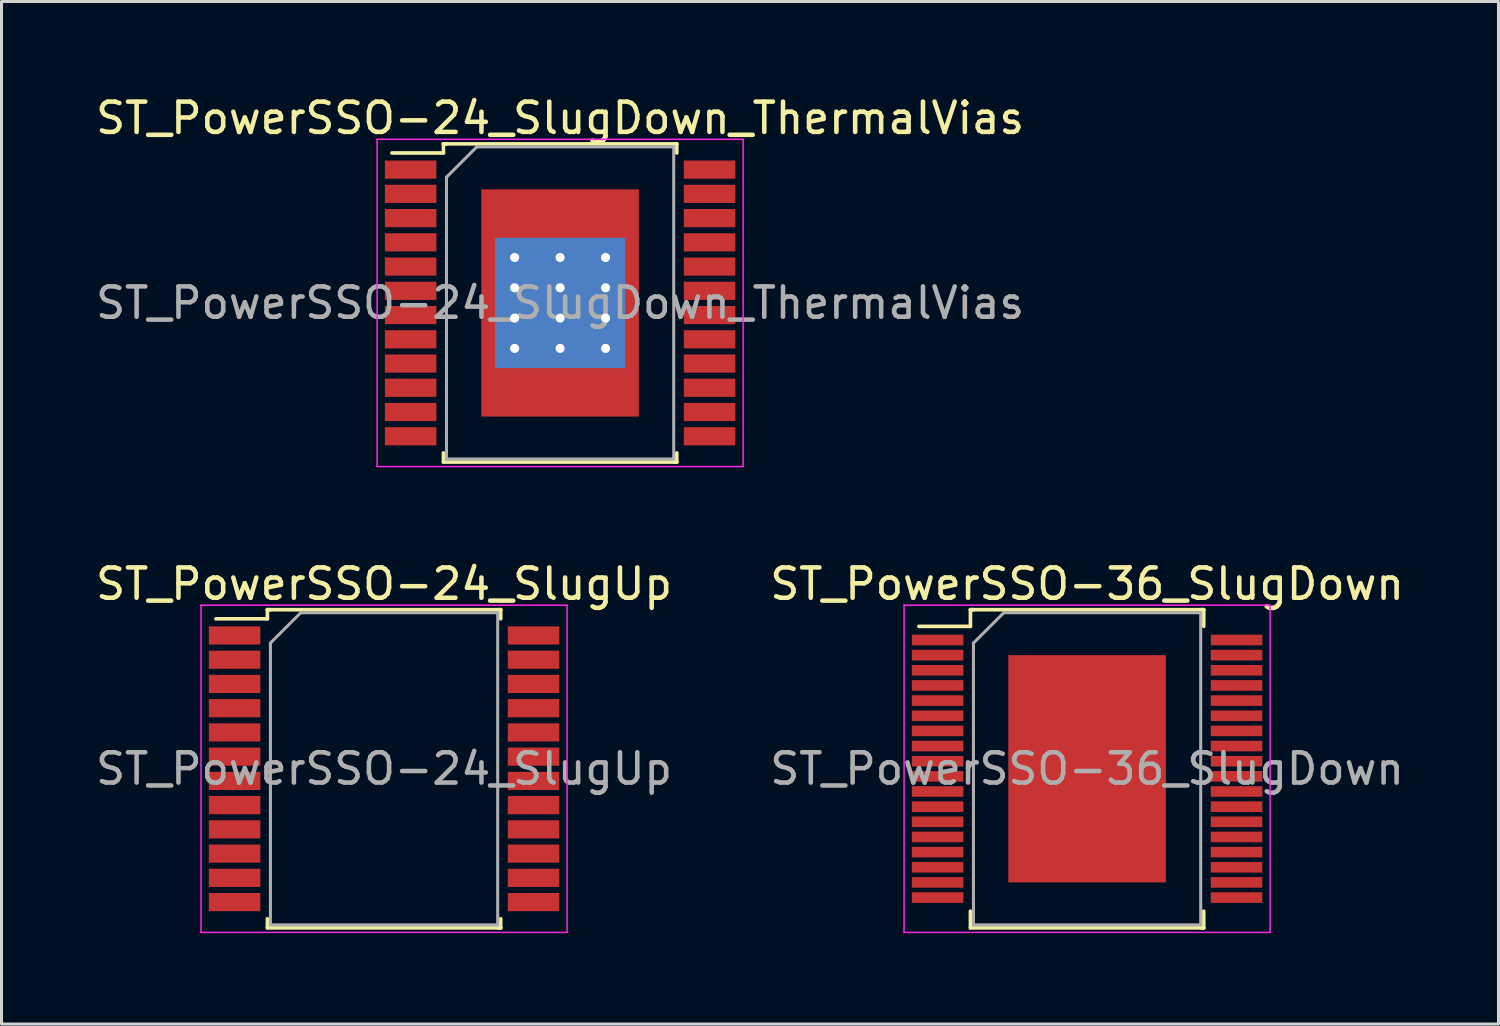
<source format=kicad_pcb>
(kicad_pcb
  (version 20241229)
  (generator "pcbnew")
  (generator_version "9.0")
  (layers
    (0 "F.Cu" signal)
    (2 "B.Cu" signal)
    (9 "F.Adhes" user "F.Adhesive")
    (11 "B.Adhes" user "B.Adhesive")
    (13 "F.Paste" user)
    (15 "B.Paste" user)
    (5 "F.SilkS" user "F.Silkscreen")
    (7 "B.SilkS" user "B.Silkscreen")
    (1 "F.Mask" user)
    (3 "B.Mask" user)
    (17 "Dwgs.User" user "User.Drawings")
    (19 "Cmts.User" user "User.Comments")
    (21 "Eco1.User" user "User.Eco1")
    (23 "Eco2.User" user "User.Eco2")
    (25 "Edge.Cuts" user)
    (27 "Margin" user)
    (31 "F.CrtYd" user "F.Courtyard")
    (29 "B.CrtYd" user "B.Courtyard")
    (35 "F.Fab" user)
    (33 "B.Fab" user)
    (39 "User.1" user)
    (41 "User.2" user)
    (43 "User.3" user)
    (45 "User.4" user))
  (footprint "ST_PowerSSO-24_SlugUp"
    (layer "F.Cu")
    (at 9.625 22.322)
    (property "Reference" "ST_PowerSSO-24_SlugUp" (at 0 -6.1 0) (layer "F.SilkS") (effects (font (size 1 1) (thickness 0.15))))
    (attr smd)
    (fp_line (start -3.85 -5.25) (end -3.85 -4.95) (stroke (width 0.12) (type solid)) (layer "F.SilkS"))
    (fp_line (start -3.85 -4.95) (end -5.55 -4.95) (stroke (width 0.12) (type solid)) (layer "F.SilkS"))
    (fp_line (start -3.85 5.25) (end -3.85 4.95) (stroke (width 0.12) (type solid)) (layer "F.SilkS"))
    (fp_line (start -3.75 -5.25) (end -3.85 -5.25) (stroke (width 0.12) (type solid)) (layer "F.SilkS"))
    (fp_line (start 3.75 -5.25) (end 3.85 -5.25) (stroke (width 0.12) (type solid)) (layer "F.SilkS"))
    (fp_line (start 3.75 5.25) (end 3.85 5.25) (stroke (width 0.12) (type solid)) (layer "F.SilkS"))
    (fp_line (start 3.85 -5.25) (end -3.85 -5.25) (stroke (width 0.12) (type solid)) (layer "F.SilkS"))
    (fp_line (start 3.85 -5.25) (end 3.85 -4.95) (stroke (width 0.12) (type solid)) (layer "F.SilkS"))
    (fp_line (start 3.85 5.25) (end -3.85 5.25) (stroke (width 0.12) (type solid)) (layer "F.SilkS"))
    (fp_line (start 3.85 5.25) (end 3.85 4.95) (stroke (width 0.12) (type solid)) (layer "F.SilkS"))
    (fp_line (start -6.04 -5.4) (end -6.04 5.4) (stroke (width 0.05) (type solid)) (layer "F.CrtYd"))
    (fp_line (start -6.04 -5.4) (end 6.04 -5.4) (stroke (width 0.05) (type solid)) (layer "F.CrtYd"))
    (fp_line (start 6.04 5.4) (end -6.04 5.4) (stroke (width 0.05) (type solid)) (layer "F.CrtYd"))
    (fp_line (start 6.04 5.4) (end 6.04 -5.4) (stroke (width 0.05) (type solid)) (layer "F.CrtYd"))
    (fp_line (start -3.75 -4.15) (end -3.75 5.15) (stroke (width 0.1) (type solid)) (layer "F.Fab"))
    (fp_line (start -3.75 5.15) (end 3.75 5.15) (stroke (width 0.1) (type solid)) (layer "F.Fab"))
    (fp_line (start -2.75 -5.15) (end -3.75 -4.15) (stroke (width 0.1) (type solid)) (layer "F.Fab"))
    (fp_line (start 3.75 -5.15) (end -2.75 -5.15) (stroke (width 0.1) (type solid)) (layer "F.Fab"))
    (fp_line (start 3.75 5.15) (end 3.75 -5.15) (stroke (width 0.1) (type solid)) (layer "F.Fab"))
    (fp_text user "${REFERENCE}" (at 0 0 0) (layer "F.Fab") (effects (font (size 1 1) (thickness 0.15))))
    (pad "1" smd rect (at -4.933 -4.4) (size 1.7 0.6) (layers "F.Cu" "F.Mask" "F.Paste"))
    (pad "2" smd rect (at -4.933 -3.6) (size 1.7 0.6) (layers "F.Cu" "F.Mask" "F.Paste"))
    (pad "3" smd rect (at -4.933 -2.8) (size 1.7 0.6) (layers "F.Cu" "F.Mask" "F.Paste"))
    (pad "4" smd rect (at -4.933 -2) (size 1.7 0.6) (layers "F.Cu" "F.Mask" "F.Paste"))
    (pad "5" smd rect (at -4.933 -1.2) (size 1.7 0.6) (layers "F.Cu" "F.Mask" "F.Paste"))
    (pad "6" smd rect (at -4.933 -0.4) (size 1.7 0.6) (layers "F.Cu" "F.Mask" "F.Paste"))
    (pad "7" smd rect (at -4.933 0.4) (size 1.7 0.6) (layers "F.Cu" "F.Mask" "F.Paste"))
    (pad "8" smd rect (at -4.933 1.2) (size 1.7 0.6) (layers "F.Cu" "F.Mask" "F.Paste"))
    (pad "9" smd rect (at -4.933 2) (size 1.7 0.6) (layers "F.Cu" "F.Mask" "F.Paste"))
    (pad "10" smd rect (at -4.933 2.8) (size 1.7 0.6) (layers "F.Cu" "F.Mask" "F.Paste"))
    (pad "11" smd rect (at -4.933 3.6) (size 1.7 0.6) (layers "F.Cu" "F.Mask" "F.Paste"))
    (pad "12" smd rect (at -4.933 4.4) (size 1.7 0.6) (layers "F.Cu" "F.Mask" "F.Paste"))
    (pad "13" smd rect (at 4.933 4.4) (size 1.7 0.6) (layers "F.Cu" "F.Mask" "F.Paste"))
    (pad "14" smd rect (at 4.933 3.6) (size 1.7 0.6) (layers "F.Cu" "F.Mask" "F.Paste"))
    (pad "15" smd rect (at 4.933 2.8) (size 1.7 0.6) (layers "F.Cu" "F.Mask" "F.Paste"))
    (pad "16" smd rect (at 4.933 2) (size 1.7 0.6) (layers "F.Cu" "F.Mask" "F.Paste"))
    (pad "17" smd rect (at 4.933 1.2) (size 1.7 0.6) (layers "F.Cu" "F.Mask" "F.Paste"))
    (pad "18" smd rect (at 4.933 0.4) (size 1.7 0.6) (layers "F.Cu" "F.Mask" "F.Paste"))
    (pad "19" smd rect (at 4.933 -0.4) (size 1.7 0.6) (layers "F.Cu" "F.Mask" "F.Paste"))
    (pad "20" smd rect (at 4.933 -1.2) (size 1.7 0.6) (layers "F.Cu" "F.Mask" "F.Paste"))
    (pad "21" smd rect (at 4.933 -2) (size 1.7 0.6) (layers "F.Cu" "F.Mask" "F.Paste"))
    (pad "22" smd rect (at 4.933 -2.8) (size 1.7 0.6) (layers "F.Cu" "F.Mask" "F.Paste"))
    (pad "23" smd rect (at 4.933 -3.6) (size 1.7 0.6) (layers "F.Cu" "F.Mask" "F.Paste"))
    (pad "24" smd rect (at 4.933 -4.4) (size 1.7 0.6) (layers "F.Cu" "F.Mask" "F.Paste")))
  (footprint "ST_PowerSSO-24_SlugDown_ThermalVias"
    (layer "F.Cu")
    (at 15.435 6.948)
    (property "Reference" "ST_PowerSSO-24_SlugDown_ThermalVias" (at 0 -6.1 0) (layer "F.SilkS") (effects (font (size 1 1) (thickness 0.15))))
    (attr smd)
    (fp_line (start -3.85 -5.25) (end -3.85 -4.95) (stroke (width 0.12) (type solid)) (layer "F.SilkS"))
    (fp_line (start -3.85 -4.95) (end -5.55 -4.95) (stroke (width 0.12) (type solid)) (layer "F.SilkS"))
    (fp_line (start -3.85 5.25) (end -3.85 4.95) (stroke (width 0.12) (type solid)) (layer "F.SilkS"))
    (fp_line (start -3.75 -5.25) (end -3.85 -5.25) (stroke (width 0.12) (type solid)) (layer "F.SilkS"))
    (fp_line (start 3.75 -5.25) (end 3.85 -5.25) (stroke (width 0.12) (type solid)) (layer "F.SilkS"))
    (fp_line (start 3.75 5.25) (end 3.85 5.25) (stroke (width 0.12) (type solid)) (layer "F.SilkS"))
    (fp_line (start 3.85 -5.25) (end -3.85 -5.25) (stroke (width 0.12) (type solid)) (layer "F.SilkS"))
    (fp_line (start 3.85 -5.25) (end 3.85 -4.95) (stroke (width 0.12) (type solid)) (layer "F.SilkS"))
    (fp_line (start 3.85 5.25) (end -3.85 5.25) (stroke (width 0.12) (type solid)) (layer "F.SilkS"))
    (fp_line (start 3.85 5.25) (end 3.85 4.95) (stroke (width 0.12) (type solid)) (layer "F.SilkS"))
    (fp_line (start -6.04 -5.4) (end -6.04 5.4) (stroke (width 0.05) (type solid)) (layer "F.CrtYd"))
    (fp_line (start -6.04 -5.4) (end 6.04 -5.4) (stroke (width 0.05) (type solid)) (layer "F.CrtYd"))
    (fp_line (start 6.04 5.4) (end -6.04 5.4) (stroke (width 0.05) (type solid)) (layer "F.CrtYd"))
    (fp_line (start 6.04 5.4) (end 6.04 -5.4) (stroke (width 0.05) (type solid)) (layer "F.CrtYd"))
    (fp_line (start -3.75 -4.15) (end -3.75 5.15) (stroke (width 0.1) (type solid)) (layer "F.Fab"))
    (fp_line (start -3.75 5.15) (end 3.75 5.15) (stroke (width 0.1) (type solid)) (layer "F.Fab"))
    (fp_line (start -2.75 -5.15) (end -3.75 -4.15) (stroke (width 0.1) (type solid)) (layer "F.Fab"))
    (fp_line (start 3.75 -5.15) (end -2.75 -5.15) (stroke (width 0.1) (type solid)) (layer "F.Fab"))
    (fp_line (start 3.75 5.15) (end 3.75 -5.15) (stroke (width 0.1) (type solid)) (layer "F.Fab"))
    (fp_text user "${REFERENCE}" (at 0 0 0) (layer "F.Fab") (effects (font (size 1 1) (thickness 0.15))))
    (pad "1" smd rect (at -4.933 -4.4) (size 1.7 0.6) (layers "F.Cu" "F.Mask" "F.Paste"))
    (pad "2" smd rect (at -4.933 -3.6) (size 1.7 0.6) (layers "F.Cu" "F.Mask" "F.Paste"))
    (pad "3" smd rect (at -4.933 -2.8) (size 1.7 0.6) (layers "F.Cu" "F.Mask" "F.Paste"))
    (pad "4" smd rect (at -4.933 -2) (size 1.7 0.6) (layers "F.Cu" "F.Mask" "F.Paste"))
    (pad "5" smd rect (at -4.933 -1.2) (size 1.7 0.6) (layers "F.Cu" "F.Mask" "F.Paste"))
    (pad "6" smd rect (at -4.933 -0.4) (size 1.7 0.6) (layers "F.Cu" "F.Mask" "F.Paste"))
    (pad "7" smd rect (at -4.933 0.4) (size 1.7 0.6) (layers "F.Cu" "F.Mask" "F.Paste"))
    (pad "8" smd rect (at -4.933 1.2) (size 1.7 0.6) (layers "F.Cu" "F.Mask" "F.Paste"))
    (pad "9" smd rect (at -4.933 2) (size 1.7 0.6) (layers "F.Cu" "F.Mask" "F.Paste"))
    (pad "10" smd rect (at -4.933 2.8) (size 1.7 0.6) (layers "F.Cu" "F.Mask" "F.Paste"))
    (pad "11" smd rect (at -4.933 3.6) (size 1.7 0.6) (layers "F.Cu" "F.Mask" "F.Paste"))
    (pad "12" smd rect (at -4.933 4.4) (size 1.7 0.6) (layers "F.Cu" "F.Mask" "F.Paste"))
    (pad "13" smd rect (at 4.933 4.4) (size 1.7 0.6) (layers "F.Cu" "F.Mask" "F.Paste"))
    (pad "14" smd rect (at 4.933 3.6) (size 1.7 0.6) (layers "F.Cu" "F.Mask" "F.Paste"))
    (pad "15" smd rect (at 4.933 2.8) (size 1.7 0.6) (layers "F.Cu" "F.Mask" "F.Paste"))
    (pad "16" smd rect (at 4.933 2) (size 1.7 0.6) (layers "F.Cu" "F.Mask" "F.Paste"))
    (pad "17" smd rect (at 4.933 1.2) (size 1.7 0.6) (layers "F.Cu" "F.Mask" "F.Paste"))
    (pad "18" smd rect (at 4.933 0.4) (size 1.7 0.6) (layers "F.Cu" "F.Mask" "F.Paste"))
    (pad "19" smd rect (at 4.933 -0.4) (size 1.7 0.6) (layers "F.Cu" "F.Mask" "F.Paste"))
    (pad "20" smd rect (at 4.933 -1.2) (size 1.7 0.6) (layers "F.Cu" "F.Mask" "F.Paste"))
    (pad "21" smd rect (at 4.933 -2) (size 1.7 0.6) (layers "F.Cu" "F.Mask" "F.Paste"))
    (pad "22" smd rect (at 4.933 -2.8) (size 1.7 0.6) (layers "F.Cu" "F.Mask" "F.Paste"))
    (pad "23" smd rect (at 4.933 -3.6) (size 1.7 0.6) (layers "F.Cu" "F.Mask" "F.Paste"))
    (pad "24" smd rect (at 4.933 -4.4) (size 1.7 0.6) (layers "F.Cu" "F.Mask" "F.Paste"))
    (pad "25" thru_hole circle (at -1.5 -1.5) (size 0.7 0.7) (drill 0.3) (layers "*.Cu" "*.Mask"))
    (pad "25" thru_hole circle (at -1.5 -0.5) (size 0.7 0.7) (drill 0.3) (layers "*.Cu" "*.Mask"))
    (pad "25" thru_hole circle (at -1.5 0.5) (size 0.7 0.7) (drill 0.3) (layers "*.Cu" "*.Mask"))
    (pad "25" thru_hole circle (at -1.5 1.5) (size 0.7 0.7) (drill 0.3) (layers "*.Cu" "*.Mask"))
    (pad "25" thru_hole circle (at 0 -1.5) (size 0.7 0.7) (drill 0.3) (layers "*.Cu" "*.Mask"))
    (pad "25" thru_hole circle (at 0 -0.5) (size 0.7 0.7) (drill 0.3) (layers "*.Cu" "*.Mask"))
    (pad "25" smd rect (at 0 0) (size 4.3 4.3) (layers "B.Cu" "B.Mask"))
    (pad "25" smd rect (at 0 0) (size 5.2 7.5) (layers "F.Cu" "F.Mask" "F.Paste"))
    (pad "25" thru_hole circle (at 0 0.5) (size 0.7 0.7) (drill 0.3) (layers "*.Cu" "*.Mask"))
    (pad "25" thru_hole circle (at 0 1.5) (size 0.7 0.7) (drill 0.3) (layers "*.Cu" "*.Mask"))
    (pad "25" thru_hole circle (at 1.5 -1.5) (size 0.7 0.7) (drill 0.3) (layers "*.Cu" "*.Mask"))
    (pad "25" thru_hole circle (at 1.5 -0.5) (size 0.7 0.7) (drill 0.3) (layers "*.Cu" "*.Mask"))
    (pad "25" thru_hole circle (at 1.5 0.5) (size 0.7 0.7) (drill 0.3) (layers "*.Cu" "*.Mask"))
    (pad "25" thru_hole circle (at 1.5 1.5) (size 0.7 0.7) (drill 0.3) (layers "*.Cu" "*.Mask")))
  (footprint "ST_PowerSSO-36_SlugDown"
    (layer "F.Cu")
    (at 32.827 22.322)
    (property "Reference" "ST_PowerSSO-36_SlugDown" (at 0 -6.1 0) (layer "F.SilkS") (effects (font (size 1 1) (thickness 0.15))))
    (attr smd)
    (fp_line (start -3.85 -5.25) (end -3.85 -4.7) (stroke (width 0.12) (type solid)) (layer "F.SilkS"))
    (fp_line (start -3.85 -4.7) (end -5.55 -4.7) (stroke (width 0.12) (type solid)) (layer "F.SilkS"))
    (fp_line (start -3.85 5.25) (end -3.85 4.7) (stroke (width 0.12) (type solid)) (layer "F.SilkS"))
    (fp_line (start -3.75 -5.25) (end -3.85 -5.25) (stroke (width 0.12) (type solid)) (layer "F.SilkS"))
    (fp_line (start 3.75 -5.25) (end 3.85 -5.25) (stroke (width 0.12) (type solid)) (layer "F.SilkS"))
    (fp_line (start 3.75 5.25) (end 3.85 5.25) (stroke (width 0.12) (type solid)) (layer "F.SilkS"))
    (fp_line (start 3.85 -5.25) (end -3.85 -5.25) (stroke (width 0.12) (type solid)) (layer "F.SilkS"))
    (fp_line (start 3.85 -5.25) (end 3.85 -4.7) (stroke (width 0.12) (type solid)) (layer "F.SilkS"))
    (fp_line (start 3.85 5.25) (end -3.85 5.25) (stroke (width 0.12) (type solid)) (layer "F.SilkS"))
    (fp_line (start 3.85 5.25) (end 3.85 4.7) (stroke (width 0.12) (type solid)) (layer "F.SilkS"))
    (fp_line (start -6.04 -5.4) (end -6.04 5.4) (stroke (width 0.05) (type solid)) (layer "F.CrtYd"))
    (fp_line (start -6.04 -5.4) (end 6.04 -5.4) (stroke (width 0.05) (type solid)) (layer "F.CrtYd"))
    (fp_line (start 6.04 5.4) (end -6.04 5.4) (stroke (width 0.05) (type solid)) (layer "F.CrtYd"))
    (fp_line (start 6.04 5.4) (end 6.04 -5.4) (stroke (width 0.05) (type solid)) (layer "F.CrtYd"))
    (fp_line (start -3.75 -4.15) (end -3.75 5.15) (stroke (width 0.1) (type solid)) (layer "F.Fab"))
    (fp_line (start -3.75 5.15) (end 3.75 5.15) (stroke (width 0.1) (type solid)) (layer "F.Fab"))
    (fp_line (start -2.75 -5.15) (end -3.75 -4.15) (stroke (width 0.1) (type solid)) (layer "F.Fab"))
    (fp_line (start 3.75 -5.15) (end -2.75 -5.15) (stroke (width 0.1) (type solid)) (layer "F.Fab"))
    (fp_line (start 3.75 5.15) (end 3.75 -5.15) (stroke (width 0.1) (type solid)) (layer "F.Fab"))
    (fp_text user "${REFERENCE}" (at 0 0 0) (layer "F.Fab") (effects (font (size 1 1) (thickness 0.15))))
    (pad "1" smd rect (at -4.933 -4.25) (size 1.7 0.35) (layers "F.Cu" "F.Mask" "F.Paste"))
    (pad "2" smd rect (at -4.933 -3.75) (size 1.7 0.35) (layers "F.Cu" "F.Mask" "F.Paste"))
    (pad "3" smd rect (at -4.933 -3.25) (size 1.7 0.35) (layers "F.Cu" "F.Mask" "F.Paste"))
    (pad "4" smd rect (at -4.933 -2.75) (size 1.7 0.35) (layers "F.Cu" "F.Mask" "F.Paste"))
    (pad "5" smd rect (at -4.933 -2.25) (size 1.7 0.35) (layers "F.Cu" "F.Mask" "F.Paste"))
    (pad "6" smd rect (at -4.933 -1.75) (size 1.7 0.35) (layers "F.Cu" "F.Mask" "F.Paste"))
    (pad "7" smd rect (at -4.933 -1.25) (size 1.7 0.35) (layers "F.Cu" "F.Mask" "F.Paste"))
    (pad "8" smd rect (at -4.933 -0.75) (size 1.7 0.35) (layers "F.Cu" "F.Mask" "F.Paste"))
    (pad "9" smd rect (at -4.933 -0.25) (size 1.7 0.35) (layers "F.Cu" "F.Mask" "F.Paste"))
    (pad "10" smd rect (at -4.933 0.25) (size 1.7 0.35) (layers "F.Cu" "F.Mask" "F.Paste"))
    (pad "11" smd rect (at -4.933 0.75) (size 1.7 0.35) (layers "F.Cu" "F.Mask" "F.Paste"))
    (pad "12" smd rect (at -4.933 1.25) (size 1.7 0.35) (layers "F.Cu" "F.Mask" "F.Paste"))
    (pad "13" smd rect (at -4.933 1.75) (size 1.7 0.35) (layers "F.Cu" "F.Mask" "F.Paste"))
    (pad "14" smd rect (at -4.933 2.25) (size 1.7 0.35) (layers "F.Cu" "F.Mask" "F.Paste"))
    (pad "15" smd rect (at -4.933 2.75) (size 1.7 0.35) (layers "F.Cu" "F.Mask" "F.Paste"))
    (pad "16" smd rect (at -4.933 3.25) (size 1.7 0.35) (layers "F.Cu" "F.Mask" "F.Paste"))
    (pad "17" smd rect (at -4.933 3.75) (size 1.7 0.35) (layers "F.Cu" "F.Mask" "F.Paste"))
    (pad "18" smd rect (at -4.933 4.25) (size 1.7 0.35) (layers "F.Cu" "F.Mask" "F.Paste"))
    (pad "19" smd rect (at 4.933 4.25) (size 1.7 0.35) (layers "F.Cu" "F.Mask" "F.Paste"))
    (pad "20" smd rect (at 4.933 3.75) (size 1.7 0.35) (layers "F.Cu" "F.Mask" "F.Paste"))
    (pad "21" smd rect (at 4.933 3.25) (size 1.7 0.35) (layers "F.Cu" "F.Mask" "F.Paste"))
    (pad "22" smd rect (at 4.933 2.75) (size 1.7 0.35) (layers "F.Cu" "F.Mask" "F.Paste"))
    (pad "23" smd rect (at 4.933 2.25) (size 1.7 0.35) (layers "F.Cu" "F.Mask" "F.Paste"))
    (pad "24" smd rect (at 4.933 1.75) (size 1.7 0.35) (layers "F.Cu" "F.Mask" "F.Paste"))
    (pad "25" smd rect (at 4.933 1.25) (size 1.7 0.35) (layers "F.Cu" "F.Mask" "F.Paste"))
    (pad "26" smd rect (at 4.933 0.75) (size 1.7 0.35) (layers "F.Cu" "F.Mask" "F.Paste"))
    (pad "27" smd rect (at 4.933 0.25) (size 1.7 0.35) (layers "F.Cu" "F.Mask" "F.Paste"))
    (pad "28" smd rect (at 4.933 -0.25) (size 1.7 0.35) (layers "F.Cu" "F.Mask" "F.Paste"))
    (pad "29" smd rect (at 4.933 -0.75) (size 1.7 0.35) (layers "F.Cu" "F.Mask" "F.Paste"))
    (pad "30" smd rect (at 4.933 -1.25) (size 1.7 0.35) (layers "F.Cu" "F.Mask" "F.Paste"))
    (pad "31" smd rect (at 4.933 -1.75) (size 1.7 0.35) (layers "F.Cu" "F.Mask" "F.Paste"))
    (pad "32" smd rect (at 4.933 -2.25) (size 1.7 0.35) (layers "F.Cu" "F.Mask" "F.Paste"))
    (pad "33" smd rect (at 4.933 -2.75) (size 1.7 0.35) (layers "F.Cu" "F.Mask" "F.Paste"))
    (pad "34" smd rect (at 4.933 -3.25) (size 1.7 0.35) (layers "F.Cu" "F.Mask" "F.Paste"))
    (pad "35" smd rect (at 4.933 -3.75) (size 1.7 0.35) (layers "F.Cu" "F.Mask" "F.Paste"))
    (pad "36" smd rect (at 4.933 -4.25) (size 1.7 0.35) (layers "F.Cu" "F.Mask" "F.Paste"))
    (pad "37" smd rect (at 0 0) (size 5.2 7.5) (layers "F.Cu" "F.Mask" "F.Paste")))
  (gr_rect
    (start -3 -3)
    (end 46.405 30.747)
    (stroke (width 0.1) (type default))
    (fill no)
    (layer "Edge.Cuts")))
</source>
